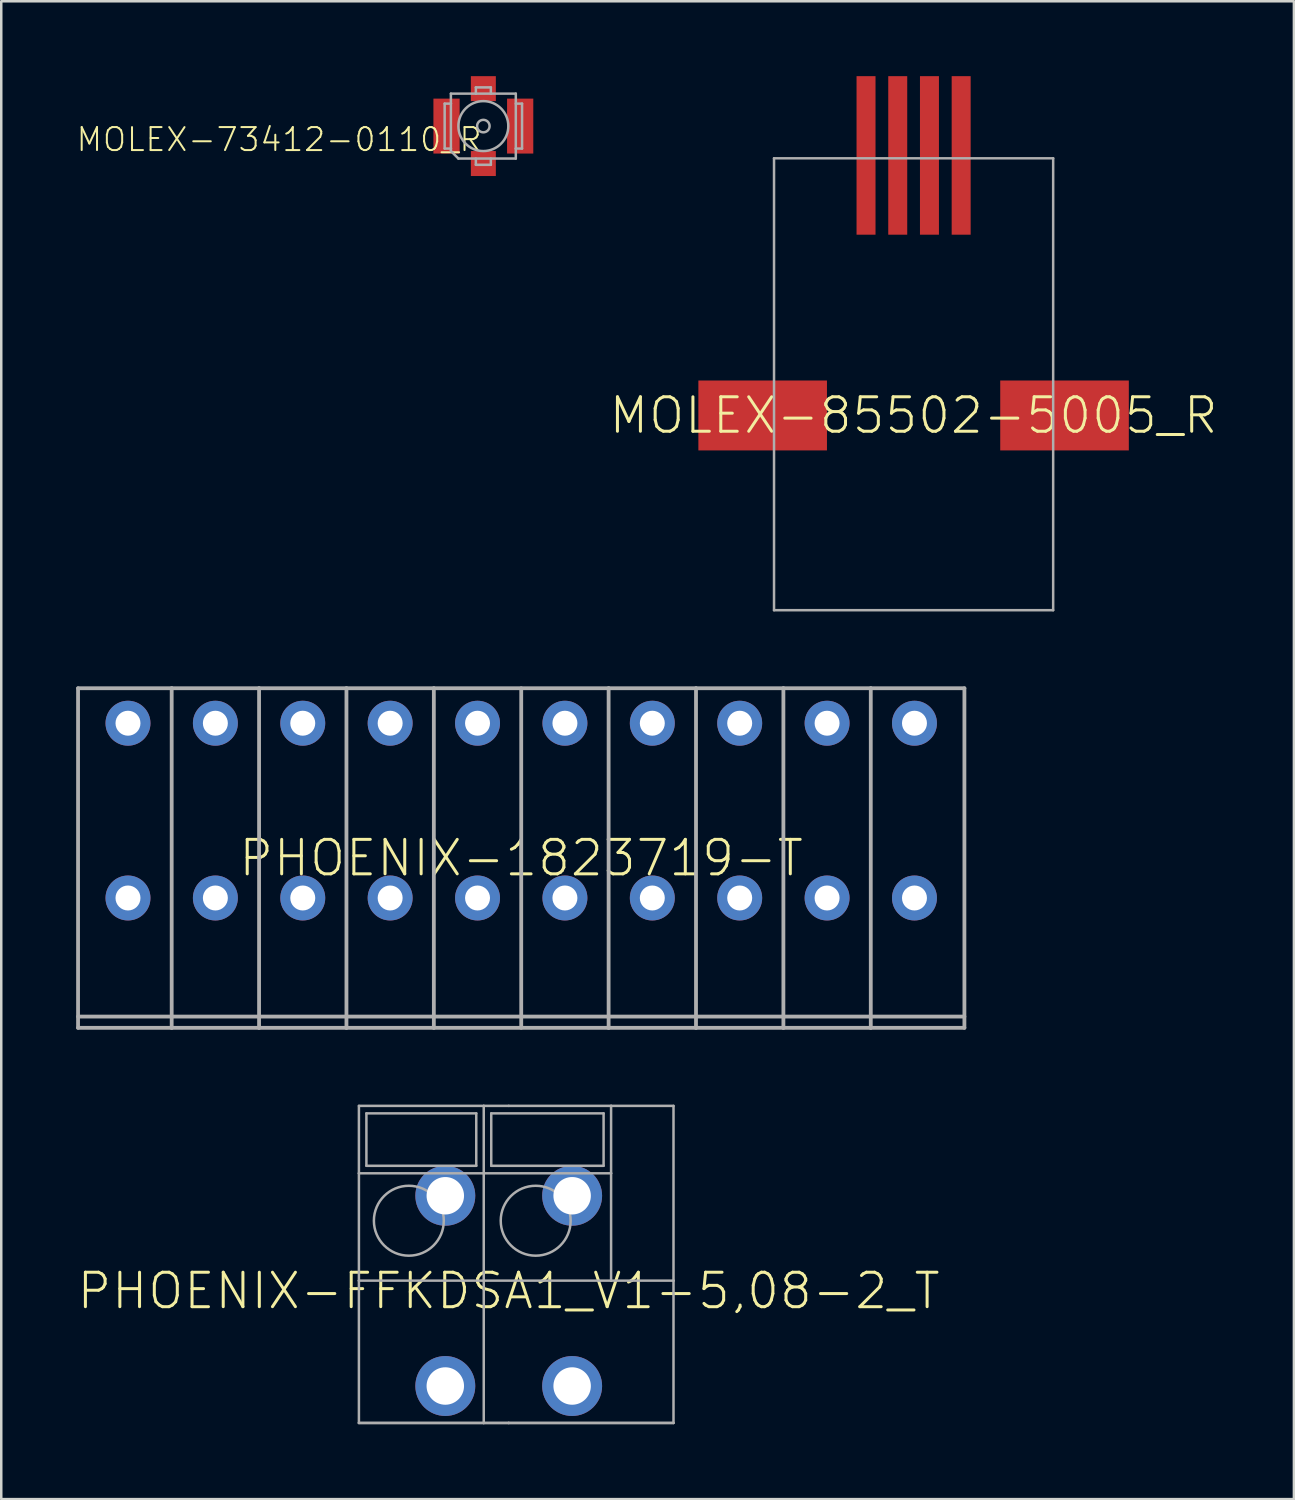
<source format=kicad_pcb>
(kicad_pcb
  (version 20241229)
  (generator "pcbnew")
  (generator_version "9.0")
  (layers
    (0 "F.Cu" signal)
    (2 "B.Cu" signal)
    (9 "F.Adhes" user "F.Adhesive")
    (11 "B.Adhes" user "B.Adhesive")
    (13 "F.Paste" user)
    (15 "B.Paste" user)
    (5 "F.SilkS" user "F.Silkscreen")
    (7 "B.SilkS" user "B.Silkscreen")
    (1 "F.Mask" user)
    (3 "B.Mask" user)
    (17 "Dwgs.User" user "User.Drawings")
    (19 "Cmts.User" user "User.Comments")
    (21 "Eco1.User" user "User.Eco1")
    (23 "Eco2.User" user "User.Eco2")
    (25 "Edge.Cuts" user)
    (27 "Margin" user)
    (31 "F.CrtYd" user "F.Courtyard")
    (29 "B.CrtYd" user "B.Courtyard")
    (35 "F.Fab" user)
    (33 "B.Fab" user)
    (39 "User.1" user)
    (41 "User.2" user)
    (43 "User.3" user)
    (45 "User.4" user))
  (footprint "MOLEX-73412-0110_R"
    (layer "F.Cu")
    (at 16.309 2)
    (property "Reference" "MOLEX-73412-0110_R" (at 0 0 0) (unlocked yes) (layer "F.SilkS") (effects (font (size 0.92 0.92) (thickness 0.08)) (justify right top)))
    (fp_poly (pts (xy -0.95 1.1) (xy -2 1.1) (xy -2 -1.1) (xy -0.95 -1.1)) (stroke (width 0) (type default)) (fill yes) (layer "F.Paste"))
    (fp_poly (pts (xy 0.5 -1) (xy -0.5 -1) (xy -0.5 -2) (xy 0.5 -2)) (stroke (width 0) (type default)) (fill yes) (layer "F.Paste"))
    (fp_poly (pts (xy 0.5 2) (xy -0.5 2) (xy -0.5 1) (xy 0.5 1)) (stroke (width 0) (type default)) (fill yes) (layer "F.Paste"))
    (fp_poly (pts (xy 2 1.1) (xy 0.95 1.1) (xy 0.95 -1.1) (xy 2 -1.1)) (stroke (width 0) (type default)) (fill yes) (layer "F.Paste"))
    (fp_line (start -1.55 -0.9) (end -1.55 0.9) (stroke (width 0.1) (type solid)) (layer "F.Fab"))
    (fp_line (start -1.55 0.9) (end -1.3 0.9) (stroke (width 0.1) (type solid)) (layer "F.Fab"))
    (fp_line (start -1.3 -1.3) (end -1.3 -0.9) (stroke (width 0.1) (type solid)) (layer "F.Fab"))
    (fp_line (start -1.3 -0.9) (end -1.55 -0.9) (stroke (width 0.1) (type solid)) (layer "F.Fab"))
    (fp_line (start -1.3 -0.9) (end -1.3 0.9) (stroke (width 0.1) (type solid)) (layer "F.Fab"))
    (fp_line (start -1.3 0.9) (end -1.3 1) (stroke (width 0.1) (type solid)) (layer "F.Fab"))
    (fp_line (start -1.3 1) (end -1 1.3) (stroke (width 0.1) (type solid)) (layer "F.Fab"))
    (fp_line (start -1 1.3) (end 1.3 1.3) (stroke (width 0.1) (type solid)) (layer "F.Fab"))
    (fp_line (start -0.3 -1.55) (end 0.3 -1.55) (stroke (width 0.1) (type solid)) (layer "F.Fab"))
    (fp_line (start -0.3 -1.3) (end -1.3 -1.3) (stroke (width 0.1) (type solid)) (layer "F.Fab"))
    (fp_line (start -0.3 -1.3) (end -0.3 -1.55) (stroke (width 0.1) (type solid)) (layer "F.Fab"))
    (fp_line (start -0.3 1.55) (end -0.3 1.3) (stroke (width 0.1) (type solid)) (layer "F.Fab"))
    (fp_line (start 0.3 -1.55) (end 0.3 -1.3) (stroke (width 0.1) (type solid)) (layer "F.Fab"))
    (fp_line (start 0.3 -1.3) (end -0.3 -1.3) (stroke (width 0.1) (type solid)) (layer "F.Fab"))
    (fp_line (start 0.3 1.3) (end 0.3 1.55) (stroke (width 0.1) (type solid)) (layer "F.Fab"))
    (fp_line (start 0.3 1.55) (end -0.3 1.55) (stroke (width 0.1) (type solid)) (layer "F.Fab"))
    (fp_line (start 1.3 -1.3) (end 0.3 -1.3) (stroke (width 0.1) (type solid)) (layer "F.Fab"))
    (fp_line (start 1.3 0.9) (end 1.3 -1.3) (stroke (width 0.1) (type solid)) (layer "F.Fab"))
    (fp_line (start 1.3 0.9) (end 1.55 0.9) (stroke (width 0.1) (type solid)) (layer "F.Fab"))
    (fp_line (start 1.3 1.3) (end 1.3 0.9) (stroke (width 0.1) (type solid)) (layer "F.Fab"))
    (fp_line (start 1.55 -0.9) (end 1.3 -0.9) (stroke (width 0.1) (type solid)) (layer "F.Fab"))
    (fp_line (start 1.55 0.9) (end 1.55 -0.9) (stroke (width 0.1) (type solid)) (layer "F.Fab"))
    (fp_circle (center 0 0) (end 0.25 0) (stroke (width 0.1) (type solid)) (fill no) (layer "F.Fab"))
    (fp_circle (center 0 0) (end 1 0) (stroke (width 0.1) (type solid)) (fill no) (layer "F.Fab"))
    (pad "1" smd rect (at 0 1.5) (size 1 1) (layers "F.Cu" "F.Mask"))
    (pad "2" smd rect (at 1.475 0 90) (size 2.2 1.05) (layers "F.Cu" "F.Mask"))
    (pad "3" smd rect (at 0 -1.5) (size 1 1) (layers "F.Cu" "F.Mask"))
    (pad "4" smd rect (at -1.475 0 90) (size 2.2 1.05) (layers "F.Cu" "F.Mask")))
  (footprint "MOLEX-85502-5005_R"
    (layer "F.Cu")
    (at 33.541 13.59)
    (property "Reference" "MOLEX-85502-5005_R" (at 0 0 0) (unlocked yes) (layer "F.SilkS") (effects (font (size 1.38 1.38) (thickness 0.12))))
    (fp_line (start -5.59 -10.3) (end -5.59 7.8) (stroke (width 0.1) (type solid)) (layer "F.Fab"))
    (fp_line (start -5.59 -10.3) (end 5.59 -10.3) (stroke (width 0.1) (type solid)) (layer "F.Fab"))
    (fp_line (start -5.59 7.8) (end 5.59 7.8) (stroke (width 0.1) (type solid)) (layer "F.Fab"))
    (fp_line (start 5.59 -10.3) (end 5.59 7.8) (stroke (width 0.1) (type solid)) (layer "F.Fab"))
    (pad "1" smd rect (at -1.905 -10.415 90) (size 6.35 0.76) (layers "F.Cu" "F.Mask" "F.Paste"))
    (pad "2" smd rect (at -0.635 -10.415 90) (size 6.35 0.76) (layers "F.Cu" "F.Mask" "F.Paste"))
    (pad "3" smd rect (at 0.635 -10.415 90) (size 6.35 0.76) (layers "F.Cu" "F.Mask" "F.Paste"))
    (pad "4" smd rect (at 1.905 -10.415 90) (size 6.35 0.76) (layers "F.Cu" "F.Mask" "F.Paste"))
    (pad "S1" smd rect (at -6.045 0 180) (size 5.15 2.8) (layers "F.Cu" "F.Mask" "F.Paste"))
    (pad "S2" smd rect (at 6.045 0 180) (size 5.15 2.8) (layers "F.Cu" "F.Mask" "F.Paste")))
  (footprint "PHOENIX-1823719-T"
    (layer "F.Cu")
    (at 17.826 31.316)
    (property "Reference" "PHOENIX-1823719-T" (at 0 0 0) (unlocked yes) (layer "F.SilkS") (effects (font (size 1.38 1.38) (thickness 0.12))))
    (fp_line (start -17.75 -6.8) (end -17.75 6.8) (stroke (width 0.152) (type solid)) (layer "F.Fab"))
    (fp_line (start -17.75 -6.8) (end -14 -6.8) (stroke (width 0.152) (type solid)) (layer "F.Fab"))
    (fp_line (start -17.75 6.35) (end 17.75 6.35) (stroke (width 0.152) (type solid)) (layer "F.Fab"))
    (fp_line (start -17.75 6.8) (end -14 6.8) (stroke (width 0.152) (type solid)) (layer "F.Fab"))
    (fp_line (start -14 -6.8) (end -14 6.8) (stroke (width 0.152) (type solid)) (layer "F.Fab"))
    (fp_line (start -14 -6.8) (end -10.5 -6.8) (stroke (width 0.152) (type solid)) (layer "F.Fab"))
    (fp_line (start -14 6.8) (end -10.5 6.8) (stroke (width 0.152) (type solid)) (layer "F.Fab"))
    (fp_line (start -10.5 -6.8) (end -10.5 6.8) (stroke (width 0.152) (type solid)) (layer "F.Fab"))
    (fp_line (start -10.5 -6.8) (end -7 -6.8) (stroke (width 0.152) (type solid)) (layer "F.Fab"))
    (fp_line (start -10.5 6.8) (end -7 6.8) (stroke (width 0.152) (type solid)) (layer "F.Fab"))
    (fp_line (start -7 -6.8) (end -7 6.8) (stroke (width 0.152) (type solid)) (layer "F.Fab"))
    (fp_line (start -7 -6.8) (end -3.5 -6.8) (stroke (width 0.152) (type solid)) (layer "F.Fab"))
    (fp_line (start -7 6.8) (end -3.5 6.8) (stroke (width 0.152) (type solid)) (layer "F.Fab"))
    (fp_line (start -3.5 -6.8) (end -3.5 6.8) (stroke (width 0.152) (type solid)) (layer "F.Fab"))
    (fp_line (start -3.5 -6.8) (end 3.5 -6.8) (stroke (width 0.152) (type solid)) (layer "F.Fab"))
    (fp_line (start -3.5 6.8) (end 3.5 6.8) (stroke (width 0.152) (type solid)) (layer "F.Fab"))
    (fp_line (start 0 -6.8) (end 0 6.8) (stroke (width 0.152) (type solid)) (layer "F.Fab"))
    (fp_line (start 3.5 -6.8) (end 3.5 6.8) (stroke (width 0.152) (type solid)) (layer "F.Fab"))
    (fp_line (start 3.5 -6.8) (end 7 -6.8) (stroke (width 0.152) (type solid)) (layer "F.Fab"))
    (fp_line (start 3.5 6.8) (end 7 6.8) (stroke (width 0.152) (type solid)) (layer "F.Fab"))
    (fp_line (start 7 -6.8) (end 7 6.8) (stroke (width 0.152) (type solid)) (layer "F.Fab"))
    (fp_line (start 7 -6.8) (end 10.5 -6.8) (stroke (width 0.152) (type solid)) (layer "F.Fab"))
    (fp_line (start 7 6.8) (end 10.5 6.8) (stroke (width 0.152) (type solid)) (layer "F.Fab"))
    (fp_line (start 10.5 -6.8) (end 10.5 6.8) (stroke (width 0.152) (type solid)) (layer "F.Fab"))
    (fp_line (start 10.5 -6.8) (end 14 -6.8) (stroke (width 0.152) (type solid)) (layer "F.Fab"))
    (fp_line (start 10.5 6.8) (end 14 6.8) (stroke (width 0.152) (type solid)) (layer "F.Fab"))
    (fp_line (start 14 -6.8) (end 14 6.8) (stroke (width 0.152) (type solid)) (layer "F.Fab"))
    (fp_line (start 14 -6.8) (end 17.75 -6.8) (stroke (width 0.152) (type solid)) (layer "F.Fab"))
    (fp_line (start 14 6.8) (end 17.75 6.8) (stroke (width 0.152) (type solid)) (layer "F.Fab"))
    (fp_line (start 17.75 -6.8) (end 17.75 6.8) (stroke (width 0.152) (type solid)) (layer "F.Fab"))
    (pad "1A" thru_hole circle (at -15.75 -5.4) (size 1.8 1.8) (drill 1) (layers "*.Cu" "*.Mask"))
    (pad "1B" thru_hole circle (at -15.75 1.6) (size 1.8 1.8) (drill 1) (layers "*.Cu" "*.Mask"))
    (pad "2A" thru_hole circle (at -12.25 -5.4) (size 1.8 1.8) (drill 1) (layers "*.Cu" "*.Mask"))
    (pad "2B" thru_hole circle (at -12.25 1.6) (size 1.8 1.8) (drill 1) (layers "*.Cu" "*.Mask"))
    (pad "3A" thru_hole circle (at -8.75 -5.4) (size 1.8 1.8) (drill 1) (layers "*.Cu" "*.Mask"))
    (pad "3B" thru_hole circle (at -8.75 1.6) (size 1.8 1.8) (drill 1) (layers "*.Cu" "*.Mask"))
    (pad "4A" thru_hole circle (at -5.25 -5.4) (size 1.8 1.8) (drill 1) (layers "*.Cu" "*.Mask"))
    (pad "4B" thru_hole circle (at -5.25 1.6) (size 1.8 1.8) (drill 1) (layers "*.Cu" "*.Mask"))
    (pad "5A" thru_hole circle (at -1.75 -5.4) (size 1.8 1.8) (drill 1) (layers "*.Cu" "*.Mask"))
    (pad "5B" thru_hole circle (at -1.75 1.6) (size 1.8 1.8) (drill 1) (layers "*.Cu" "*.Mask"))
    (pad "6A" thru_hole circle (at 1.75 -5.4) (size 1.8 1.8) (drill 1) (layers "*.Cu" "*.Mask"))
    (pad "6B" thru_hole circle (at 1.75 1.6) (size 1.8 1.8) (drill 1) (layers "*.Cu" "*.Mask"))
    (pad "7A" thru_hole circle (at 5.25 -5.4) (size 1.8 1.8) (drill 1) (layers "*.Cu" "*.Mask"))
    (pad "7B" thru_hole circle (at 5.25 1.6) (size 1.8 1.8) (drill 1) (layers "*.Cu" "*.Mask"))
    (pad "8A" thru_hole circle (at 8.75 -5.4) (size 1.8 1.8) (drill 1) (layers "*.Cu" "*.Mask"))
    (pad "8B" thru_hole circle (at 8.75 1.6) (size 1.8 1.8) (drill 1) (layers "*.Cu" "*.Mask"))
    (pad "9A" thru_hole circle (at 12.25 -5.4) (size 1.8 1.8) (drill 1) (layers "*.Cu" "*.Mask"))
    (pad "9B" thru_hole circle (at 12.25 1.6) (size 1.8 1.8) (drill 1) (layers "*.Cu" "*.Mask"))
    (pad "10A" thru_hole circle (at 15.75 -5.4) (size 1.8 1.8) (drill 1) (layers "*.Cu" "*.Mask"))
    (pad "10B" thru_hole circle (at 15.75 1.6) (size 1.8 1.8) (drill 1) (layers "*.Cu" "*.Mask")))
  (footprint "PHOENIX-FFKDSA1_V1-5,08-2_T"
    (layer "F.Cu")
    (at 17.325 48.652)
    (property "Reference" "PHOENIX-FFKDSA1_V1-5,08-2_T" (at 0 0 0) (unlocked yes) (layer "F.SilkS") (effects (font (size 1.38 1.38) (thickness 0.12))))
    (fp_line (start -6 -7.41) (end -1 -7.41) (stroke (width 0.1) (type solid)) (layer "F.Fab"))
    (fp_line (start -6 -4.71) (end -6 -7.41) (stroke (width 0.1) (type solid)) (layer "F.Fab"))
    (fp_line (start -6 -0.41) (end -6 -4.71) (stroke (width 0.1) (type solid)) (layer "F.Fab"))
    (fp_line (start -6 5.29) (end -6 -0.41) (stroke (width 0.1) (type solid)) (layer "F.Fab"))
    (fp_line (start -6 5.29) (end -1 5.29) (stroke (width 0.1) (type solid)) (layer "F.Fab"))
    (fp_line (start -6 5.29) (end -1 5.29) (stroke (width 0.1) (type solid)) (layer "F.Fab"))
    (fp_line (start -5.7 -7.11) (end -5.7 -5.01) (stroke (width 0.1) (type solid)) (layer "F.Fab"))
    (fp_line (start -5.7 -5.01) (end -1.3 -5.01) (stroke (width 0.1) (type solid)) (layer "F.Fab"))
    (fp_line (start -1.3 -7.11) (end -5.7 -7.11) (stroke (width 0.1) (type solid)) (layer "F.Fab"))
    (fp_line (start -1.3 -5.01) (end -1.3 -7.11) (stroke (width 0.1) (type solid)) (layer "F.Fab"))
    (fp_line (start -1 -7.41) (end -1 -4.71) (stroke (width 0.1) (type solid)) (layer "F.Fab"))
    (fp_line (start -1 -7.41) (end 0 -7.41) (stroke (width 0.1) (type solid)) (layer "F.Fab"))
    (fp_line (start -1 -4.71) (end -6 -4.71) (stroke (width 0.1) (type solid)) (layer "F.Fab"))
    (fp_line (start -1 -4.71) (end -1 5.29) (stroke (width 0.1) (type solid)) (layer "F.Fab"))
    (fp_line (start -1 5.29) (end 0 5.29) (stroke (width 0.1) (type solid)) (layer "F.Fab"))
    (fp_line (start -1 5.29) (end 0 5.29) (stroke (width 0.1) (type solid)) (layer "F.Fab"))
    (fp_line (start -0.7 -7.11) (end 3.8 -7.11) (stroke (width 0.1) (type solid)) (layer "F.Fab"))
    (fp_line (start -0.7 -5.01) (end -0.7 -7.11) (stroke (width 0.1) (type solid)) (layer "F.Fab"))
    (fp_line (start 0 -7.41) (end 4.1 -7.41) (stroke (width 0.1) (type solid)) (layer "F.Fab"))
    (fp_line (start 0 5.29) (end 6.6 5.29) (stroke (width 0.1) (type solid)) (layer "F.Fab"))
    (fp_line (start 0 5.29) (end 6.6 5.29) (stroke (width 0.1) (type solid)) (layer "F.Fab"))
    (fp_line (start 3.8 -7.11) (end 3.8 -5.01) (stroke (width 0.1) (type solid)) (layer "F.Fab"))
    (fp_line (start 3.8 -5.01) (end -0.7 -5.01) (stroke (width 0.1) (type solid)) (layer "F.Fab"))
    (fp_line (start 4.1 -7.41) (end 4.1 -4.71) (stroke (width 0.1) (type solid)) (layer "F.Fab"))
    (fp_line (start 4.1 -7.41) (end 6.6 -7.41) (stroke (width 0.1) (type solid)) (layer "F.Fab"))
    (fp_line (start 4.1 -4.71) (end -1 -4.71) (stroke (width 0.1) (type solid)) (layer "F.Fab"))
    (fp_line (start 4.1 -4.71) (end 4.1 -0.41) (stroke (width 0.1) (type solid)) (layer "F.Fab"))
    (fp_line (start 4.1 -0.41) (end -6 -0.41) (stroke (width 0.1) (type solid)) (layer "F.Fab"))
    (fp_line (start 4.1 -0.41) (end 6.6 -0.41) (stroke (width 0.1) (type solid)) (layer "F.Fab"))
    (fp_line (start 6.6 -7.41) (end 6.6 -0.41) (stroke (width 0.1) (type solid)) (layer "F.Fab"))
    (fp_line (start 6.6 -0.41) (end 6.6 5.29) (stroke (width 0.1) (type solid)) (layer "F.Fab"))
    (fp_circle (center -4 -2.81) (end -2.6 -2.81) (stroke (width 0.1) (type solid)) (fill no) (layer "F.Fab"))
    (fp_circle (center 1.08 -2.81) (end 2.48 -2.81) (stroke (width 0.1) (type solid)) (fill no) (layer "F.Fab"))
    (pad "1" thru_hole circle (at 2.54 -3.81 90) (size 2.4 2.4) (drill 1.5) (layers "*.Cu" "*.Mask"))
    (pad "1A" thru_hole circle (at 2.54 3.81 90) (size 2.4 2.4) (drill 1.5) (layers "*.Cu" "*.Mask"))
    (pad "2" thru_hole circle (at -2.54 -3.81 90) (size 2.4 2.4) (drill 1.5) (layers "*.Cu" "*.Mask"))
    (pad "2A" thru_hole circle (at -2.54 3.81 90) (size 2.4 2.4) (drill 1.5) (layers "*.Cu" "*.Mask")))
  (gr_rect
    (start -3 -3)
    (end 48.773 56.992)
    (stroke (width 0.1) (type default))
    (fill no)
    (layer "Edge.Cuts")))
</source>
